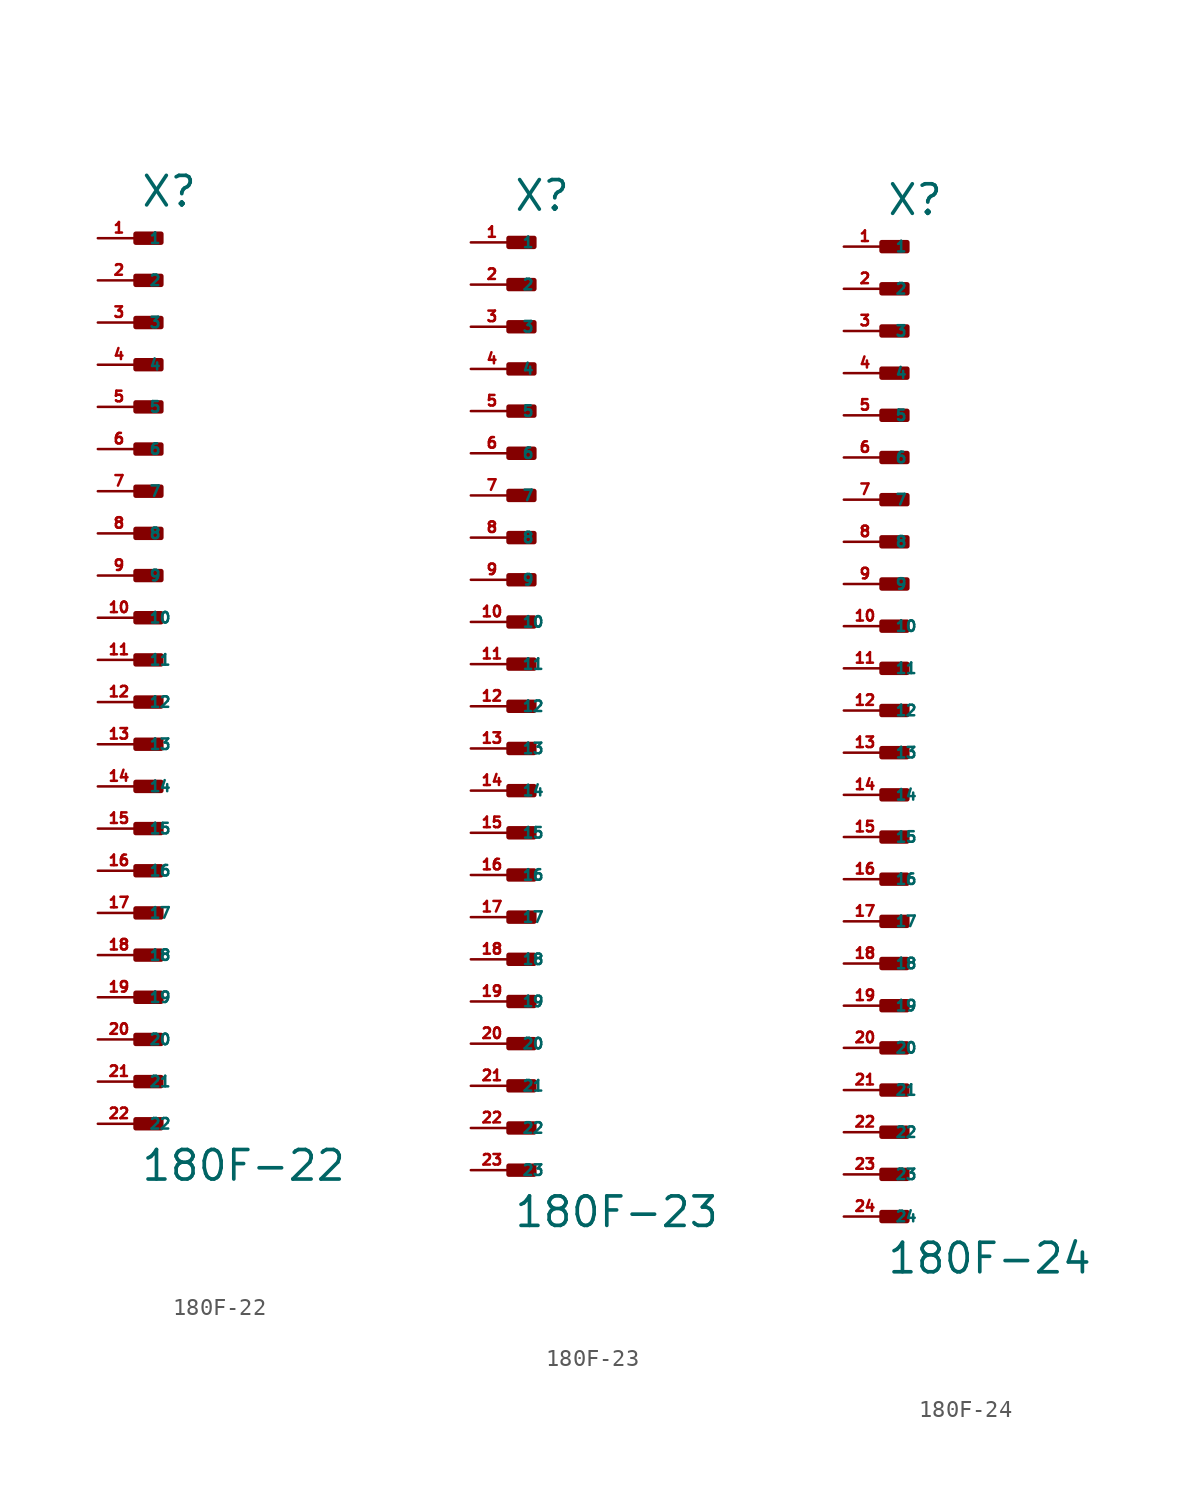
<source format=kicad_sym>
(kicad_symbol_lib
  (version 20220914)
  (generator Eagle2Kicad)
  (symbol "180F-22"
    (property "Reference" "X"
      (at 0 27.178 0)
      (effects (font (size 1.778 1.778) (thickness 0.22)) (justify left bottom)))
    (property "Value" "180F-22"
      (at 0 -31.496 0)
      (effects (font (size 1.778 1.778) (thickness 0.22)) (justify left bottom)))
    (rectangle
      (start -0.254 25.146)
      (end 1.27 25.654)
      (stroke (width 0.3) (type default))
      (fill (type outline)))
    (rectangle
      (start -0.254 22.606)
      (end 1.27 23.114)
      (stroke (width 0.3) (type default))
      (fill (type outline)))
    (rectangle
      (start -0.254 20.066)
      (end 1.27 20.574)
      (stroke (width 0.3) (type default))
      (fill (type outline)))
    (rectangle
      (start -0.254 17.526)
      (end 1.27 18.034)
      (stroke (width 0.3) (type default))
      (fill (type outline)))
    (rectangle
      (start -0.254 14.986)
      (end 1.27 15.494)
      (stroke (width 0.3) (type default))
      (fill (type outline)))
    (rectangle
      (start -0.254 12.446)
      (end 1.27 12.954)
      (stroke (width 0.3) (type default))
      (fill (type outline)))
    (rectangle
      (start -0.254 9.906)
      (end 1.27 10.414)
      (stroke (width 0.3) (type default))
      (fill (type outline)))
    (rectangle
      (start -0.254 7.366)
      (end 1.27 7.874)
      (stroke (width 0.3) (type default))
      (fill (type outline)))
    (rectangle
      (start -0.254 4.826)
      (end 1.27 5.334)
      (stroke (width 0.3) (type default))
      (fill (type outline)))
    (rectangle
      (start -0.254 2.286)
      (end 1.27 2.794)
      (stroke (width 0.3) (type default))
      (fill (type outline)))
    (rectangle
      (start -0.254 -0.254)
      (end 1.27 0.254)
      (stroke (width 0.3) (type default))
      (fill (type outline)))
    (rectangle
      (start -0.254 -2.794)
      (end 1.27 -2.286)
      (stroke (width 0.3) (type default))
      (fill (type outline)))
    (rectangle
      (start -0.254 -5.334)
      (end 1.27 -4.826)
      (stroke (width 0.3) (type default))
      (fill (type outline)))
    (rectangle
      (start -0.254 -7.874)
      (end 1.27 -7.366)
      (stroke (width 0.3) (type default))
      (fill (type outline)))
    (rectangle
      (start -0.254 -10.414)
      (end 1.27 -9.906)
      (stroke (width 0.3) (type default))
      (fill (type outline)))
    (rectangle
      (start -0.254 -12.954)
      (end 1.27 -12.446)
      (stroke (width 0.3) (type default))
      (fill (type outline)))
    (rectangle
      (start -0.254 -15.494)
      (end 1.27 -14.986)
      (stroke (width 0.3) (type default))
      (fill (type outline)))
    (rectangle
      (start -0.254 -18.034)
      (end 1.27 -17.526)
      (stroke (width 0.3) (type default))
      (fill (type outline)))
    (rectangle
      (start -0.254 -20.574)
      (end 1.27 -20.066)
      (stroke (width 0.3) (type default))
      (fill (type outline)))
    (rectangle
      (start -0.254 -23.114)
      (end 1.27 -22.606)
      (stroke (width 0.3) (type default))
      (fill (type outline)))
    (rectangle
      (start -0.254 -25.654)
      (end 1.27 -25.146)
      (stroke (width 0.3) (type default))
      (fill (type outline)))
    (rectangle
      (start -0.254 -28.194)
      (end 1.27 -27.686)
      (stroke (width 0.3) (type default))
      (fill (type outline)))
    (pin passive line
      (at -2.54 25.4 0)
      (length 2.54)
      (name "1" (effects (font (size 0.635 0.635) (thickness 0.08)) (justify left bottom)))
      (number "1" (effects (font (size 0.635 0.635) (thickness 0.08)) (justify left bottom))))
    (pin passive line
      (at -2.54 22.86 0)
      (length 2.54)
      (name "2" (effects (font (size 0.635 0.635) (thickness 0.08)) (justify left bottom)))
      (number "2" (effects (font (size 0.635 0.635) (thickness 0.08)) (justify left bottom))))
    (pin passive line
      (at -2.54 20.32 0)
      (length 2.54)
      (name "3" (effects (font (size 0.635 0.635) (thickness 0.08)) (justify left bottom)))
      (number "3" (effects (font (size 0.635 0.635) (thickness 0.08)) (justify left bottom))))
    (pin passive line
      (at -2.54 17.78 0)
      (length 2.54)
      (name "4" (effects (font (size 0.635 0.635) (thickness 0.08)) (justify left bottom)))
      (number "4" (effects (font (size 0.635 0.635) (thickness 0.08)) (justify left bottom))))
    (pin passive line
      (at -2.54 15.24 0)
      (length 2.54)
      (name "5" (effects (font (size 0.635 0.635) (thickness 0.08)) (justify left bottom)))
      (number "5" (effects (font (size 0.635 0.635) (thickness 0.08)) (justify left bottom))))
    (pin passive line
      (at -2.54 12.7 0)
      (length 2.54)
      (name "6" (effects (font (size 0.635 0.635) (thickness 0.08)) (justify left bottom)))
      (number "6" (effects (font (size 0.635 0.635) (thickness 0.08)) (justify left bottom))))
    (pin passive line
      (at -2.54 10.16 0)
      (length 2.54)
      (name "7" (effects (font (size 0.635 0.635) (thickness 0.08)) (justify left bottom)))
      (number "7" (effects (font (size 0.635 0.635) (thickness 0.08)) (justify left bottom))))
    (pin passive line
      (at -2.54 7.62 0)
      (length 2.54)
      (name "8" (effects (font (size 0.635 0.635) (thickness 0.08)) (justify left bottom)))
      (number "8" (effects (font (size 0.635 0.635) (thickness 0.08)) (justify left bottom))))
    (pin passive line
      (at -2.54 5.08 0)
      (length 2.54)
      (name "9" (effects (font (size 0.635 0.635) (thickness 0.08)) (justify left bottom)))
      (number "9" (effects (font (size 0.635 0.635) (thickness 0.08)) (justify left bottom))))
    (pin passive line
      (at -2.54 2.54 0)
      (length 2.54)
      (name "10" (effects (font (size 0.635 0.635) (thickness 0.08)) (justify left bottom)))
      (number "10" (effects (font (size 0.635 0.635) (thickness 0.08)) (justify left bottom))))
    (pin passive line
      (at -2.54 0 0)
      (length 2.54)
      (name "11" (effects (font (size 0.635 0.635) (thickness 0.08)) (justify left bottom)))
      (number "11" (effects (font (size 0.635 0.635) (thickness 0.08)) (justify left bottom))))
    (pin passive line
      (at -2.54 -2.54 0)
      (length 2.54)
      (name "12" (effects (font (size 0.635 0.635) (thickness 0.08)) (justify left bottom)))
      (number "12" (effects (font (size 0.635 0.635) (thickness 0.08)) (justify left bottom))))
    (pin passive line
      (at -2.54 -5.08 0)
      (length 2.54)
      (name "13" (effects (font (size 0.635 0.635) (thickness 0.08)) (justify left bottom)))
      (number "13" (effects (font (size 0.635 0.635) (thickness 0.08)) (justify left bottom))))
    (pin passive line
      (at -2.54 -7.62 0)
      (length 2.54)
      (name "14" (effects (font (size 0.635 0.635) (thickness 0.08)) (justify left bottom)))
      (number "14" (effects (font (size 0.635 0.635) (thickness 0.08)) (justify left bottom))))
    (pin passive line
      (at -2.54 -10.16 0)
      (length 2.54)
      (name "15" (effects (font (size 0.635 0.635) (thickness 0.08)) (justify left bottom)))
      (number "15" (effects (font (size 0.635 0.635) (thickness 0.08)) (justify left bottom))))
    (pin passive line
      (at -2.54 -12.7 0)
      (length 2.54)
      (name "16" (effects (font (size 0.635 0.635) (thickness 0.08)) (justify left bottom)))
      (number "16" (effects (font (size 0.635 0.635) (thickness 0.08)) (justify left bottom))))
    (pin passive line
      (at -2.54 -15.24 0)
      (length 2.54)
      (name "17" (effects (font (size 0.635 0.635) (thickness 0.08)) (justify left bottom)))
      (number "17" (effects (font (size 0.635 0.635) (thickness 0.08)) (justify left bottom))))
    (pin passive line
      (at -2.54 -17.78 0)
      (length 2.54)
      (name "18" (effects (font (size 0.635 0.635) (thickness 0.08)) (justify left bottom)))
      (number "18" (effects (font (size 0.635 0.635) (thickness 0.08)) (justify left bottom))))
    (pin passive line
      (at -2.54 -20.32 0)
      (length 2.54)
      (name "19" (effects (font (size 0.635 0.635) (thickness 0.08)) (justify left bottom)))
      (number "19" (effects (font (size 0.635 0.635) (thickness 0.08)) (justify left bottom))))
    (pin passive line
      (at -2.54 -22.86 0)
      (length 2.54)
      (name "20" (effects (font (size 0.635 0.635) (thickness 0.08)) (justify left bottom)))
      (number "20" (effects (font (size 0.635 0.635) (thickness 0.08)) (justify left bottom))))
    (pin passive line
      (at -2.54 -25.4 0)
      (length 2.54)
      (name "21" (effects (font (size 0.635 0.635) (thickness 0.08)) (justify left bottom)))
      (number "21" (effects (font (size 0.635 0.635) (thickness 0.08)) (justify left bottom))))
    (pin passive line
      (at -2.54 -27.94 0)
      (length 2.54)
      (name "22" (effects (font (size 0.635 0.635) (thickness 0.08)) (justify left bottom)))
      (number "22" (effects (font (size 0.635 0.635) (thickness 0.08)) (justify left bottom)))))
  (symbol "180F-23"
    (property "Reference" "X"
      (at 0 27.178 0)
      (effects (font (size 1.778 1.778) (thickness 0.22)) (justify left bottom)))
    (property "Value" "180F-23"
      (at 0 -34.036 0)
      (effects (font (size 1.778 1.778) (thickness 0.22)) (justify left bottom)))
    (rectangle
      (start -0.254 25.146)
      (end 1.27 25.654)
      (stroke (width 0.3) (type default))
      (fill (type outline)))
    (rectangle
      (start -0.254 22.606)
      (end 1.27 23.114)
      (stroke (width 0.3) (type default))
      (fill (type outline)))
    (rectangle
      (start -0.254 20.066)
      (end 1.27 20.574)
      (stroke (width 0.3) (type default))
      (fill (type outline)))
    (rectangle
      (start -0.254 17.526)
      (end 1.27 18.034)
      (stroke (width 0.3) (type default))
      (fill (type outline)))
    (rectangle
      (start -0.254 14.986)
      (end 1.27 15.494)
      (stroke (width 0.3) (type default))
      (fill (type outline)))
    (rectangle
      (start -0.254 12.446)
      (end 1.27 12.954)
      (stroke (width 0.3) (type default))
      (fill (type outline)))
    (rectangle
      (start -0.254 9.906)
      (end 1.27 10.414)
      (stroke (width 0.3) (type default))
      (fill (type outline)))
    (rectangle
      (start -0.254 7.366)
      (end 1.27 7.874)
      (stroke (width 0.3) (type default))
      (fill (type outline)))
    (rectangle
      (start -0.254 4.826)
      (end 1.27 5.334)
      (stroke (width 0.3) (type default))
      (fill (type outline)))
    (rectangle
      (start -0.254 2.286)
      (end 1.27 2.794)
      (stroke (width 0.3) (type default))
      (fill (type outline)))
    (rectangle
      (start -0.254 -0.254)
      (end 1.27 0.254)
      (stroke (width 0.3) (type default))
      (fill (type outline)))
    (rectangle
      (start -0.254 -2.794)
      (end 1.27 -2.286)
      (stroke (width 0.3) (type default))
      (fill (type outline)))
    (rectangle
      (start -0.254 -5.334)
      (end 1.27 -4.826)
      (stroke (width 0.3) (type default))
      (fill (type outline)))
    (rectangle
      (start -0.254 -7.874)
      (end 1.27 -7.366)
      (stroke (width 0.3) (type default))
      (fill (type outline)))
    (rectangle
      (start -0.254 -10.414)
      (end 1.27 -9.906)
      (stroke (width 0.3) (type default))
      (fill (type outline)))
    (rectangle
      (start -0.254 -12.954)
      (end 1.27 -12.446)
      (stroke (width 0.3) (type default))
      (fill (type outline)))
    (rectangle
      (start -0.254 -15.494)
      (end 1.27 -14.986)
      (stroke (width 0.3) (type default))
      (fill (type outline)))
    (rectangle
      (start -0.254 -18.034)
      (end 1.27 -17.526)
      (stroke (width 0.3) (type default))
      (fill (type outline)))
    (rectangle
      (start -0.254 -20.574)
      (end 1.27 -20.066)
      (stroke (width 0.3) (type default))
      (fill (type outline)))
    (rectangle
      (start -0.254 -23.114)
      (end 1.27 -22.606)
      (stroke (width 0.3) (type default))
      (fill (type outline)))
    (rectangle
      (start -0.254 -25.654)
      (end 1.27 -25.146)
      (stroke (width 0.3) (type default))
      (fill (type outline)))
    (rectangle
      (start -0.254 -28.194)
      (end 1.27 -27.686)
      (stroke (width 0.3) (type default))
      (fill (type outline)))
    (rectangle
      (start -0.254 -30.734)
      (end 1.27 -30.226)
      (stroke (width 0.3) (type default))
      (fill (type outline)))
    (pin passive line
      (at -2.54 25.4 0)
      (length 2.54)
      (name "1" (effects (font (size 0.635 0.635) (thickness 0.08)) (justify left bottom)))
      (number "1" (effects (font (size 0.635 0.635) (thickness 0.08)) (justify left bottom))))
    (pin passive line
      (at -2.54 22.86 0)
      (length 2.54)
      (name "2" (effects (font (size 0.635 0.635) (thickness 0.08)) (justify left bottom)))
      (number "2" (effects (font (size 0.635 0.635) (thickness 0.08)) (justify left bottom))))
    (pin passive line
      (at -2.54 20.32 0)
      (length 2.54)
      (name "3" (effects (font (size 0.635 0.635) (thickness 0.08)) (justify left bottom)))
      (number "3" (effects (font (size 0.635 0.635) (thickness 0.08)) (justify left bottom))))
    (pin passive line
      (at -2.54 17.78 0)
      (length 2.54)
      (name "4" (effects (font (size 0.635 0.635) (thickness 0.08)) (justify left bottom)))
      (number "4" (effects (font (size 0.635 0.635) (thickness 0.08)) (justify left bottom))))
    (pin passive line
      (at -2.54 15.24 0)
      (length 2.54)
      (name "5" (effects (font (size 0.635 0.635) (thickness 0.08)) (justify left bottom)))
      (number "5" (effects (font (size 0.635 0.635) (thickness 0.08)) (justify left bottom))))
    (pin passive line
      (at -2.54 12.7 0)
      (length 2.54)
      (name "6" (effects (font (size 0.635 0.635) (thickness 0.08)) (justify left bottom)))
      (number "6" (effects (font (size 0.635 0.635) (thickness 0.08)) (justify left bottom))))
    (pin passive line
      (at -2.54 10.16 0)
      (length 2.54)
      (name "7" (effects (font (size 0.635 0.635) (thickness 0.08)) (justify left bottom)))
      (number "7" (effects (font (size 0.635 0.635) (thickness 0.08)) (justify left bottom))))
    (pin passive line
      (at -2.54 7.62 0)
      (length 2.54)
      (name "8" (effects (font (size 0.635 0.635) (thickness 0.08)) (justify left bottom)))
      (number "8" (effects (font (size 0.635 0.635) (thickness 0.08)) (justify left bottom))))
    (pin passive line
      (at -2.54 5.08 0)
      (length 2.54)
      (name "9" (effects (font (size 0.635 0.635) (thickness 0.08)) (justify left bottom)))
      (number "9" (effects (font (size 0.635 0.635) (thickness 0.08)) (justify left bottom))))
    (pin passive line
      (at -2.54 2.54 0)
      (length 2.54)
      (name "10" (effects (font (size 0.635 0.635) (thickness 0.08)) (justify left bottom)))
      (number "10" (effects (font (size 0.635 0.635) (thickness 0.08)) (justify left bottom))))
    (pin passive line
      (at -2.54 0 0)
      (length 2.54)
      (name "11" (effects (font (size 0.635 0.635) (thickness 0.08)) (justify left bottom)))
      (number "11" (effects (font (size 0.635 0.635) (thickness 0.08)) (justify left bottom))))
    (pin passive line
      (at -2.54 -2.54 0)
      (length 2.54)
      (name "12" (effects (font (size 0.635 0.635) (thickness 0.08)) (justify left bottom)))
      (number "12" (effects (font (size 0.635 0.635) (thickness 0.08)) (justify left bottom))))
    (pin passive line
      (at -2.54 -5.08 0)
      (length 2.54)
      (name "13" (effects (font (size 0.635 0.635) (thickness 0.08)) (justify left bottom)))
      (number "13" (effects (font (size 0.635 0.635) (thickness 0.08)) (justify left bottom))))
    (pin passive line
      (at -2.54 -7.62 0)
      (length 2.54)
      (name "14" (effects (font (size 0.635 0.635) (thickness 0.08)) (justify left bottom)))
      (number "14" (effects (font (size 0.635 0.635) (thickness 0.08)) (justify left bottom))))
    (pin passive line
      (at -2.54 -10.16 0)
      (length 2.54)
      (name "15" (effects (font (size 0.635 0.635) (thickness 0.08)) (justify left bottom)))
      (number "15" (effects (font (size 0.635 0.635) (thickness 0.08)) (justify left bottom))))
    (pin passive line
      (at -2.54 -12.7 0)
      (length 2.54)
      (name "16" (effects (font (size 0.635 0.635) (thickness 0.08)) (justify left bottom)))
      (number "16" (effects (font (size 0.635 0.635) (thickness 0.08)) (justify left bottom))))
    (pin passive line
      (at -2.54 -15.24 0)
      (length 2.54)
      (name "17" (effects (font (size 0.635 0.635) (thickness 0.08)) (justify left bottom)))
      (number "17" (effects (font (size 0.635 0.635) (thickness 0.08)) (justify left bottom))))
    (pin passive line
      (at -2.54 -17.78 0)
      (length 2.54)
      (name "18" (effects (font (size 0.635 0.635) (thickness 0.08)) (justify left bottom)))
      (number "18" (effects (font (size 0.635 0.635) (thickness 0.08)) (justify left bottom))))
    (pin passive line
      (at -2.54 -20.32 0)
      (length 2.54)
      (name "19" (effects (font (size 0.635 0.635) (thickness 0.08)) (justify left bottom)))
      (number "19" (effects (font (size 0.635 0.635) (thickness 0.08)) (justify left bottom))))
    (pin passive line
      (at -2.54 -22.86 0)
      (length 2.54)
      (name "20" (effects (font (size 0.635 0.635) (thickness 0.08)) (justify left bottom)))
      (number "20" (effects (font (size 0.635 0.635) (thickness 0.08)) (justify left bottom))))
    (pin passive line
      (at -2.54 -25.4 0)
      (length 2.54)
      (name "21" (effects (font (size 0.635 0.635) (thickness 0.08)) (justify left bottom)))
      (number "21" (effects (font (size 0.635 0.635) (thickness 0.08)) (justify left bottom))))
    (pin passive line
      (at -2.54 -27.94 0)
      (length 2.54)
      (name "22" (effects (font (size 0.635 0.635) (thickness 0.08)) (justify left bottom)))
      (number "22" (effects (font (size 0.635 0.635) (thickness 0.08)) (justify left bottom))))
    (pin passive line
      (at -2.54 -30.48 0)
      (length 2.54)
      (name "23" (effects (font (size 0.635 0.635) (thickness 0.08)) (justify left bottom)))
      (number "23" (effects (font (size 0.635 0.635) (thickness 0.08)) (justify left bottom)))))
  (symbol "180F-24"
    (property "Reference" "X"
      (at 0 29.718 0)
      (effects (font (size 1.778 1.778) (thickness 0.22)) (justify left bottom)))
    (property "Value" "180F-24"
      (at 0 -34.036 0)
      (effects (font (size 1.778 1.778) (thickness 0.22)) (justify left bottom)))
    (rectangle
      (start -0.254 27.686)
      (end 1.27 28.194)
      (stroke (width 0.3) (type default))
      (fill (type outline)))
    (rectangle
      (start -0.254 25.146)
      (end 1.27 25.654)
      (stroke (width 0.3) (type default))
      (fill (type outline)))
    (rectangle
      (start -0.254 22.606)
      (end 1.27 23.114)
      (stroke (width 0.3) (type default))
      (fill (type outline)))
    (rectangle
      (start -0.254 20.066)
      (end 1.27 20.574)
      (stroke (width 0.3) (type default))
      (fill (type outline)))
    (rectangle
      (start -0.254 17.526)
      (end 1.27 18.034)
      (stroke (width 0.3) (type default))
      (fill (type outline)))
    (rectangle
      (start -0.254 14.986)
      (end 1.27 15.494)
      (stroke (width 0.3) (type default))
      (fill (type outline)))
    (rectangle
      (start -0.254 12.446)
      (end 1.27 12.954)
      (stroke (width 0.3) (type default))
      (fill (type outline)))
    (rectangle
      (start -0.254 9.906)
      (end 1.27 10.414)
      (stroke (width 0.3) (type default))
      (fill (type outline)))
    (rectangle
      (start -0.254 7.366)
      (end 1.27 7.874)
      (stroke (width 0.3) (type default))
      (fill (type outline)))
    (rectangle
      (start -0.254 4.826)
      (end 1.27 5.334)
      (stroke (width 0.3) (type default))
      (fill (type outline)))
    (rectangle
      (start -0.254 2.286)
      (end 1.27 2.794)
      (stroke (width 0.3) (type default))
      (fill (type outline)))
    (rectangle
      (start -0.254 -0.254)
      (end 1.27 0.254)
      (stroke (width 0.3) (type default))
      (fill (type outline)))
    (rectangle
      (start -0.254 -2.794)
      (end 1.27 -2.286)
      (stroke (width 0.3) (type default))
      (fill (type outline)))
    (rectangle
      (start -0.254 -5.334)
      (end 1.27 -4.826)
      (stroke (width 0.3) (type default))
      (fill (type outline)))
    (rectangle
      (start -0.254 -7.874)
      (end 1.27 -7.366)
      (stroke (width 0.3) (type default))
      (fill (type outline)))
    (rectangle
      (start -0.254 -10.414)
      (end 1.27 -9.906)
      (stroke (width 0.3) (type default))
      (fill (type outline)))
    (rectangle
      (start -0.254 -12.954)
      (end 1.27 -12.446)
      (stroke (width 0.3) (type default))
      (fill (type outline)))
    (rectangle
      (start -0.254 -15.494)
      (end 1.27 -14.986)
      (stroke (width 0.3) (type default))
      (fill (type outline)))
    (rectangle
      (start -0.254 -18.034)
      (end 1.27 -17.526)
      (stroke (width 0.3) (type default))
      (fill (type outline)))
    (rectangle
      (start -0.254 -20.574)
      (end 1.27 -20.066)
      (stroke (width 0.3) (type default))
      (fill (type outline)))
    (rectangle
      (start -0.254 -23.114)
      (end 1.27 -22.606)
      (stroke (width 0.3) (type default))
      (fill (type outline)))
    (rectangle
      (start -0.254 -25.654)
      (end 1.27 -25.146)
      (stroke (width 0.3) (type default))
      (fill (type outline)))
    (rectangle
      (start -0.254 -28.194)
      (end 1.27 -27.686)
      (stroke (width 0.3) (type default))
      (fill (type outline)))
    (rectangle
      (start -0.254 -30.734)
      (end 1.27 -30.226)
      (stroke (width 0.3) (type default))
      (fill (type outline)))
    (pin passive line
      (at -2.54 27.94 0)
      (length 2.54)
      (name "1" (effects (font (size 0.635 0.635) (thickness 0.08)) (justify left bottom)))
      (number "1" (effects (font (size 0.635 0.635) (thickness 0.08)) (justify left bottom))))
    (pin passive line
      (at -2.54 25.4 0)
      (length 2.54)
      (name "2" (effects (font (size 0.635 0.635) (thickness 0.08)) (justify left bottom)))
      (number "2" (effects (font (size 0.635 0.635) (thickness 0.08)) (justify left bottom))))
    (pin passive line
      (at -2.54 22.86 0)
      (length 2.54)
      (name "3" (effects (font (size 0.635 0.635) (thickness 0.08)) (justify left bottom)))
      (number "3" (effects (font (size 0.635 0.635) (thickness 0.08)) (justify left bottom))))
    (pin passive line
      (at -2.54 20.32 0)
      (length 2.54)
      (name "4" (effects (font (size 0.635 0.635) (thickness 0.08)) (justify left bottom)))
      (number "4" (effects (font (size 0.635 0.635) (thickness 0.08)) (justify left bottom))))
    (pin passive line
      (at -2.54 17.78 0)
      (length 2.54)
      (name "5" (effects (font (size 0.635 0.635) (thickness 0.08)) (justify left bottom)))
      (number "5" (effects (font (size 0.635 0.635) (thickness 0.08)) (justify left bottom))))
    (pin passive line
      (at -2.54 15.24 0)
      (length 2.54)
      (name "6" (effects (font (size 0.635 0.635) (thickness 0.08)) (justify left bottom)))
      (number "6" (effects (font (size 0.635 0.635) (thickness 0.08)) (justify left bottom))))
    (pin passive line
      (at -2.54 12.7 0)
      (length 2.54)
      (name "7" (effects (font (size 0.635 0.635) (thickness 0.08)) (justify left bottom)))
      (number "7" (effects (font (size 0.635 0.635) (thickness 0.08)) (justify left bottom))))
    (pin passive line
      (at -2.54 10.16 0)
      (length 2.54)
      (name "8" (effects (font (size 0.635 0.635) (thickness 0.08)) (justify left bottom)))
      (number "8" (effects (font (size 0.635 0.635) (thickness 0.08)) (justify left bottom))))
    (pin passive line
      (at -2.54 7.62 0)
      (length 2.54)
      (name "9" (effects (font (size 0.635 0.635) (thickness 0.08)) (justify left bottom)))
      (number "9" (effects (font (size 0.635 0.635) (thickness 0.08)) (justify left bottom))))
    (pin passive line
      (at -2.54 5.08 0)
      (length 2.54)
      (name "10" (effects (font (size 0.635 0.635) (thickness 0.08)) (justify left bottom)))
      (number "10" (effects (font (size 0.635 0.635) (thickness 0.08)) (justify left bottom))))
    (pin passive line
      (at -2.54 2.54 0)
      (length 2.54)
      (name "11" (effects (font (size 0.635 0.635) (thickness 0.08)) (justify left bottom)))
      (number "11" (effects (font (size 0.635 0.635) (thickness 0.08)) (justify left bottom))))
    (pin passive line
      (at -2.54 0 0)
      (length 2.54)
      (name "12" (effects (font (size 0.635 0.635) (thickness 0.08)) (justify left bottom)))
      (number "12" (effects (font (size 0.635 0.635) (thickness 0.08)) (justify left bottom))))
    (pin passive line
      (at -2.54 -2.54 0)
      (length 2.54)
      (name "13" (effects (font (size 0.635 0.635) (thickness 0.08)) (justify left bottom)))
      (number "13" (effects (font (size 0.635 0.635) (thickness 0.08)) (justify left bottom))))
    (pin passive line
      (at -2.54 -5.08 0)
      (length 2.54)
      (name "14" (effects (font (size 0.635 0.635) (thickness 0.08)) (justify left bottom)))
      (number "14" (effects (font (size 0.635 0.635) (thickness 0.08)) (justify left bottom))))
    (pin passive line
      (at -2.54 -7.62 0)
      (length 2.54)
      (name "15" (effects (font (size 0.635 0.635) (thickness 0.08)) (justify left bottom)))
      (number "15" (effects (font (size 0.635 0.635) (thickness 0.08)) (justify left bottom))))
    (pin passive line
      (at -2.54 -10.16 0)
      (length 2.54)
      (name "16" (effects (font (size 0.635 0.635) (thickness 0.08)) (justify left bottom)))
      (number "16" (effects (font (size 0.635 0.635) (thickness 0.08)) (justify left bottom))))
    (pin passive line
      (at -2.54 -12.7 0)
      (length 2.54)
      (name "17" (effects (font (size 0.635 0.635) (thickness 0.08)) (justify left bottom)))
      (number "17" (effects (font (size 0.635 0.635) (thickness 0.08)) (justify left bottom))))
    (pin passive line
      (at -2.54 -15.24 0)
      (length 2.54)
      (name "18" (effects (font (size 0.635 0.635) (thickness 0.08)) (justify left bottom)))
      (number "18" (effects (font (size 0.635 0.635) (thickness 0.08)) (justify left bottom))))
    (pin passive line
      (at -2.54 -17.78 0)
      (length 2.54)
      (name "19" (effects (font (size 0.635 0.635) (thickness 0.08)) (justify left bottom)))
      (number "19" (effects (font (size 0.635 0.635) (thickness 0.08)) (justify left bottom))))
    (pin passive line
      (at -2.54 -20.32 0)
      (length 2.54)
      (name "20" (effects (font (size 0.635 0.635) (thickness 0.08)) (justify left bottom)))
      (number "20" (effects (font (size 0.635 0.635) (thickness 0.08)) (justify left bottom))))
    (pin passive line
      (at -2.54 -22.86 0)
      (length 2.54)
      (name "21" (effects (font (size 0.635 0.635) (thickness 0.08)) (justify left bottom)))
      (number "21" (effects (font (size 0.635 0.635) (thickness 0.08)) (justify left bottom))))
    (pin passive line
      (at -2.54 -25.4 0)
      (length 2.54)
      (name "22" (effects (font (size 0.635 0.635) (thickness 0.08)) (justify left bottom)))
      (number "22" (effects (font (size 0.635 0.635) (thickness 0.08)) (justify left bottom))))
    (pin passive line
      (at -2.54 -27.94 0)
      (length 2.54)
      (name "23" (effects (font (size 0.635 0.635) (thickness 0.08)) (justify left bottom)))
      (number "23" (effects (font (size 0.635 0.635) (thickness 0.08)) (justify left bottom))))
    (pin passive line
      (at -2.54 -30.48 0)
      (length 2.54)
      (name "24" (effects (font (size 0.635 0.635) (thickness 0.08)) (justify left bottom)))
      (number "24" (effects (font (size 0.635 0.635) (thickness 0.08)) (justify left bottom))))))
</source>
